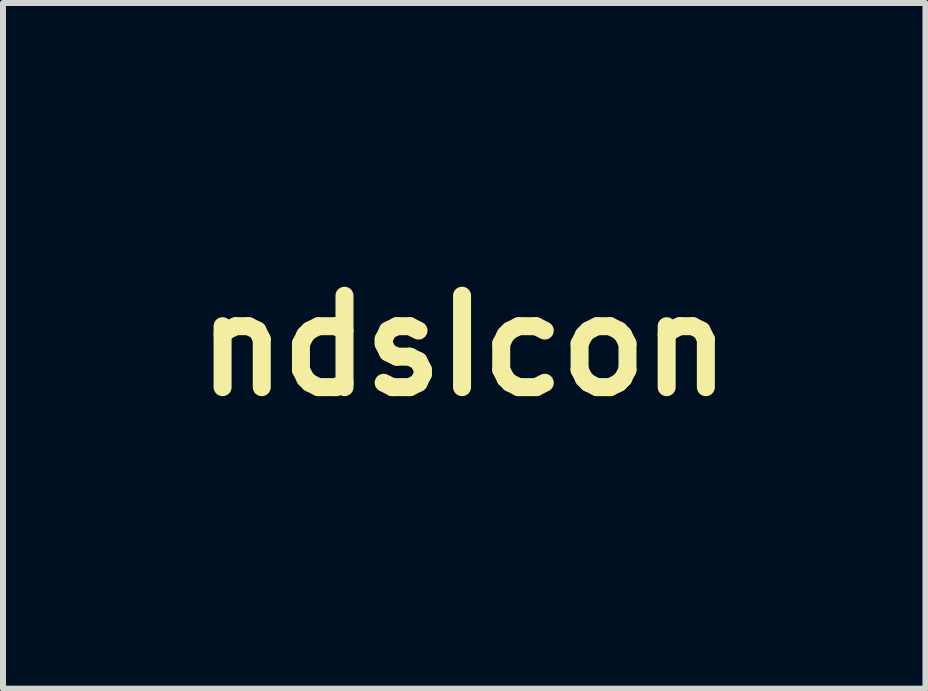
<source format=kicad_pcb>
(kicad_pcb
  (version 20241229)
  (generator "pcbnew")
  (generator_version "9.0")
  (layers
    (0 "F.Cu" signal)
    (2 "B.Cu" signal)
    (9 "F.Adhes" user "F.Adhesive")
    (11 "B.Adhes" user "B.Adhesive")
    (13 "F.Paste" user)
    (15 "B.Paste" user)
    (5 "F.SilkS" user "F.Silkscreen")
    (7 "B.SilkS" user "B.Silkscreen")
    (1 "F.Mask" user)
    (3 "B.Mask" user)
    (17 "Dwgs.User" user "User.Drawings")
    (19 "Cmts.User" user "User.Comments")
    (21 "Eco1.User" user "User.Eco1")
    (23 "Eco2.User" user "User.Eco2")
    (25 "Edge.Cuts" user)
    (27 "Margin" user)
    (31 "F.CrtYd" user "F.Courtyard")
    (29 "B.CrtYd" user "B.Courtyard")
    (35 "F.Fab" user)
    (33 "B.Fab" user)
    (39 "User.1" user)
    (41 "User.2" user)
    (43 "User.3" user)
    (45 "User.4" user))
  (footprint "ndsIcon"
    (layer "F.Cu")
    (at 4.688 2.714)
    (property "Reference" "ndsIcon" (at 0 0 0) (layer "F.SilkS") (effects (font (size 1.524 1.524) (thickness 0.3))))
    (attr through_hole)
    (fp_poly (pts (xy 1.99 0.709) (xy 1.979 0.72) (xy 1.968 0.709) (xy 1.979 0.699) (xy 1.99 0.709)) (stroke (width 0.01) (type solid)) (fill no) (layer "Eco2.User"))
    (fp_poly (pts (xy 2.291 1.002) (xy 2.294 1.01) (xy 2.265 1.013) (xy 2.235 1.009) (xy 2.238 1.002) (xy 2.282 0.999) (xy 2.291 1.002)) (stroke (width 0.01) (type solid)) (fill no) (layer "Eco2.User"))
    (fp_poly (pts (xy -1.97 -1.223) (xy -1.973 -1.204) (xy -1.985 -1.188) (xy -1.998 -1.204) (xy -2.006 -1.235) (xy -2.002 -1.243) (xy -1.981 -1.247) (xy -1.97 -1.223)) (stroke (width 0.01) (type solid)) (fill no) (layer "Eco2.User"))
    (fp_poly (pts (xy 1.732 0.982) (xy 1.755 1.002) (xy 1.757 1.007) (xy 1.747 1.015) (xy 1.726 0.996) (xy 1.723 0.992) (xy 1.721 0.977) (xy 1.732 0.982)) (stroke (width 0.01) (type solid)) (fill no) (layer "Eco2.User"))
    (fp_poly (pts (xy 1.801 -1.234) (xy 1.812 -1.207) (xy 1.802 -1.198) (xy 1.774 -1.2) (xy 1.767 -1.208) (xy 1.762 -1.238) (xy 1.782 -1.246) (xy 1.801 -1.234)) (stroke (width 0.01) (type solid)) (fill no) (layer "Eco2.User"))
    (fp_poly (pts (xy 1.965 1.236) (xy 1.988 1.256) (xy 1.99 1.261) (xy 1.98 1.269) (xy 1.959 1.25) (xy 1.956 1.246) (xy 1.953 1.231) (xy 1.965 1.236)) (stroke (width 0.01) (type solid)) (fill no) (layer "Eco2.User"))
    (fp_poly (pts (xy -2.16 -1.423) (xy -2.159 -1.418) (xy -2.175 -1.398) (xy -2.18 -1.397) (xy -2.201 -1.413) (xy -2.201 -1.418) (xy -2.185 -1.439) (xy -2.18 -1.439) (xy -2.16 -1.423)) (stroke (width 0.01) (type solid)) (fill no) (layer "Eco2.User"))
    (fp_poly (pts (xy -2.16 -1.233) (xy -2.159 -1.228) (xy -2.176 -1.209) (xy -2.192 -1.206) (xy -2.214 -1.217) (xy -2.212 -1.228) (xy -2.185 -1.248) (xy -2.179 -1.249) (xy -2.16 -1.233)) (stroke (width 0.01) (type solid)) (fill no) (layer "Eco2.User"))
    (fp_poly (pts (xy -1.969 -1.423) (xy -1.968 -1.418) (xy -1.985 -1.398) (xy -1.99 -1.397) (xy -2.01 -1.413) (xy -2.011 -1.418) (xy -1.995 -1.439) (xy -1.99 -1.439) (xy -1.969 -1.423)) (stroke (width 0.01) (type solid)) (fill no) (layer "Eco2.User"))
    (fp_poly (pts (xy -1.772 -1.424) (xy -1.767 -1.418) (xy -1.772 -1.4) (xy -1.787 -1.397) (xy -1.816 -1.408) (xy -1.82 -1.418) (xy -1.805 -1.439) (xy -1.8 -1.439) (xy -1.772 -1.424)) (stroke (width 0.01) (type solid)) (fill no) (layer "Eco2.User"))
    (fp_poly (pts (xy -1.772 -1.233) (xy -1.767 -1.228) (xy -1.772 -1.21) (xy -1.787 -1.206) (xy -1.816 -1.218) (xy -1.82 -1.228) (xy -1.805 -1.248) (xy -1.8 -1.249) (xy -1.772 -1.233)) (stroke (width 0.01) (type solid)) (fill no) (layer "Eco2.User"))
    (fp_poly (pts (xy 1.799 -1.423) (xy 1.799 -1.418) (xy 1.783 -1.398) (xy 1.778 -1.397) (xy 1.757 -1.413) (xy 1.757 -1.418) (xy 1.773 -1.439) (xy 1.778 -1.439) (xy 1.799 -1.423)) (stroke (width 0.01) (type solid)) (fill no) (layer "Eco2.User"))
    (fp_poly (pts (xy 2.007 -1.429) (xy 2.011 -1.419) (xy 1.997 -1.392) (xy 1.97 -1.385) (xy 1.961 -1.391) (xy 1.948 -1.421) (xy 1.971 -1.439) (xy 1.979 -1.439) (xy 2.007 -1.429)) (stroke (width 0.01) (type solid)) (fill no) (layer "Eco2.User"))
    (fp_poly (pts (xy 2.007 -1.238) (xy 2.011 -1.229) (xy 1.997 -1.201) (xy 1.97 -1.195) (xy 1.961 -1.2) (xy 1.948 -1.231) (xy 1.971 -1.248) (xy 1.979 -1.249) (xy 2.007 -1.238)) (stroke (width 0.01) (type solid)) (fill no) (layer "Eco2.User"))
    (fp_poly (pts (xy 2.198 -1.428) (xy 2.201 -1.418) (xy 2.184 -1.399) (xy 2.17 -1.397) (xy 2.141 -1.408) (xy 2.138 -1.418) (xy 2.155 -1.437) (xy 2.17 -1.439) (xy 2.198 -1.428)) (stroke (width 0.01) (type solid)) (fill no) (layer "Eco2.User"))
    (fp_poly (pts (xy 2.198 -1.238) (xy 2.201 -1.229) (xy 2.187 -1.201) (xy 2.16 -1.195) (xy 2.151 -1.2) (xy 2.138 -1.231) (xy 2.161 -1.248) (xy 2.17 -1.249) (xy 2.198 -1.238)) (stroke (width 0.01) (type solid)) (fill no) (layer "Eco2.User"))
    (fp_poly (pts (xy 0.014 -0.066) (xy 0.021 -0.019) (xy 0.021 0) (xy 0.015 0.055) (xy 0.002 0.084) (xy -0.016 0.081) (xy -0.026 0.06) (xy -0.03 0.019) (xy -0.024 -0.03) (xy -0.011 -0.071) (xy 0.002 -0.085) (xy 0.014 -0.066)) (stroke (width 0.01) (type solid)) (fill no) (layer "Eco2.User"))
    (fp_poly (pts (xy 2.26 -0.079) (xy 2.262 -0.032) (xy 2.263 -0.016) (xy 2.264 0.047) (xy 2.266 0.09) (xy 2.266 0.1) (xy 2.252 0.12) (xy 2.245 0.123) (xy 2.23 0.11) (xy 2.225 0.065) (xy 2.225 0.06) (xy 2.231 -0.008) (xy 2.244 -0.064) (xy 2.254 -0.088) (xy 2.26 -0.079)) (stroke (width 0.01) (type solid)) (fill no) (layer "Eco2.User"))
    (fp_poly (pts (xy 1.634 1.869) (xy 1.662 1.884) (xy 1.69 1.929) (xy 1.685 1.979) (xy 1.655 2.018) (xy 1.609 2.032) (xy 1.564 2.018) (xy 1.549 2.007) (xy 1.529 1.966) (xy 1.528 1.963) (xy 1.57 1.963) (xy 1.59 1.999) (xy 1.624 2.007) (xy 1.655 1.982) (xy 1.662 1.947) (xy 1.648 1.906) (xy 1.619 1.886) (xy 1.588 1.894) (xy 1.575 1.914) (xy 1.57 1.963) (xy 1.528 1.963) (xy 1.524 1.933) (xy 1.542 1.892) (xy 1.584 1.869) (xy 1.634 1.869)) (stroke (width 0.01) (type solid)) (fill no) (layer "Eco2.User"))
    (fp_poly (pts (xy 1.66 2.174) (xy 1.683 2.195) (xy 1.69 2.221) (xy 1.681 2.27) (xy 1.648 2.312) (xy 1.609 2.328) (xy 1.583 2.317) (xy 1.558 2.301) (xy 1.529 2.256) (xy 1.528 2.238) (xy 1.57 2.238) (xy 1.573 2.274) (xy 1.602 2.285) (xy 1.619 2.286) (xy 1.66 2.279) (xy 1.67 2.253) (xy 1.668 2.238) (xy 1.647 2.199) (xy 1.619 2.191) (xy 1.581 2.208) (xy 1.57 2.238) (xy 1.528 2.238) (xy 1.527 2.221) (xy 1.539 2.186) (xy 1.57 2.172) (xy 1.609 2.17) (xy 1.66 2.174)) (stroke (width 0.01) (type solid)) (fill no) (layer "Eco2.User"))
    (fp_poly (pts (xy 2.058 0.588) (xy 2.116 0.632) (xy 2.151 0.693) (xy 2.16 0.762) (xy 2.138 0.828) (xy 2.103 0.866) (xy 2.026 0.904) (xy 1.948 0.901) (xy 1.876 0.858) (xy 1.833 0.794) (xy 1.823 0.723) (xy 1.827 0.709) (xy 1.849 0.709) (xy 1.859 0.768) (xy 1.895 0.815) (xy 1.947 0.842) (xy 2.007 0.843) (xy 2.068 0.811) (xy 2.074 0.804) (xy 2.112 0.746) (xy 2.108 0.683) (xy 2.084 0.64) (xy 2.034 0.601) (xy 1.97 0.591) (xy 1.908 0.61) (xy 1.873 0.643) (xy 1.849 0.709) (xy 1.827 0.709) (xy 1.842 0.656) (xy 1.887 0.602) (xy 1.954 0.574) (xy 1.982 0.572) (xy 2.058 0.588)) (stroke (width 0.01) (type solid)) (fill no) (layer "Eco2.User"))
    (fp_poly (pts (xy 2.057 1.138) (xy 2.114 1.181) (xy 2.151 1.244) (xy 2.159 1.297) (xy 2.141 1.373) (xy 2.095 1.427) (xy 2.031 1.456) (xy 1.959 1.457) (xy 1.889 1.424) (xy 1.872 1.409) (xy 1.829 1.339) (xy 1.825 1.27) (xy 1.863 1.27) (xy 1.872 1.339) (xy 1.9 1.374) (xy 1.97 1.395) (xy 2.041 1.385) (xy 2.078 1.362) (xy 2.111 1.308) (xy 2.113 1.246) (xy 2.087 1.19) (xy 2.039 1.152) (xy 1.996 1.143) (xy 1.921 1.155) (xy 1.878 1.194) (xy 1.863 1.263) (xy 1.863 1.27) (xy 1.825 1.27) (xy 1.825 1.261) (xy 1.86 1.183) (xy 1.864 1.178) (xy 1.922 1.133) (xy 1.99 1.121) (xy 2.057 1.138)) (stroke (width 0.01) (type solid)) (fill no) (layer "Eco2.User"))
    (fp_poly (pts (xy 1.776 0.857) (xy 1.798 0.867) (xy 1.846 0.915) (xy 1.872 0.984) (xy 1.869 1.06) (xy 1.862 1.08) (xy 1.815 1.147) (xy 1.747 1.182) (xy 1.669 1.183) (xy 1.59 1.149) (xy 1.58 1.141) (xy 1.533 1.084) (xy 1.521 1.02) (xy 1.526 1) (xy 1.566 1) (xy 1.585 1.057) (xy 1.632 1.098) (xy 1.695 1.117) (xy 1.762 1.108) (xy 1.777 1.101) (xy 1.817 1.058) (xy 1.832 0.996) (xy 1.818 0.932) (xy 1.81 0.919) (xy 1.762 0.877) (xy 1.702 0.866) (xy 1.641 0.883) (xy 1.593 0.923) (xy 1.568 0.982) (xy 1.566 1) (xy 1.526 1) (xy 1.537 0.957) (xy 1.577 0.902) (xy 1.633 0.863) (xy 1.702 0.845) (xy 1.776 0.857)) (stroke (width 0.01) (type solid)) (fill no) (layer "Eco2.User"))
    (fp_poly (pts (xy 2.365 0.878) (xy 2.401 0.912) (xy 2.436 0.963) (xy 2.455 1.008) (xy 2.455 1.016) (xy 2.442 1.057) (xy 2.41 1.108) (xy 2.401 1.12) (xy 2.336 1.172) (xy 2.265 1.187) (xy 2.197 1.164) (xy 2.166 1.138) (xy 2.119 1.072) (xy 2.107 1.01) (xy 2.119 0.957) (xy 2.142 0.957) (xy 2.146 1.023) (xy 2.18 1.079) (xy 2.239 1.117) (xy 2.301 1.113) (xy 2.345 1.089) (xy 2.379 1.043) (xy 2.393 0.981) (xy 2.384 0.92) (xy 2.366 0.893) (xy 2.321 0.873) (xy 2.258 0.87) (xy 2.198 0.884) (xy 2.171 0.901) (xy 2.142 0.957) (xy 2.119 0.957) (xy 2.12 0.953) (xy 2.162 0.886) (xy 2.223 0.85) (xy 2.295 0.847) (xy 2.365 0.878)) (stroke (width 0.01) (type solid)) (fill no) (layer "Eco2.User"))
    (fp_poly (pts (xy -1.841 0.995) (xy -1.628 0.995) (xy -1.634 1.117) (xy -1.64 1.238) (xy -1.741 1.245) (xy -1.841 1.251) (xy -1.841 1.482) (xy -1.974 1.48) (xy -2.048 1.477) (xy -2.106 1.473) (xy -2.133 1.468) (xy -2.15 1.44) (xy -2.158 1.379) (xy -2.159 1.353) (xy -2.159 1.249) (xy -2.392 1.249) (xy -2.392 1.016) (xy -2.371 1.016) (xy -2.371 1.228) (xy -2.138 1.228) (xy -2.138 1.439) (xy -1.884 1.439) (xy -1.884 1.228) (xy -1.651 1.228) (xy -1.651 1.016) (xy -1.884 1.016) (xy -1.884 0.783) (xy -2.138 0.783) (xy -2.138 1.016) (xy -2.371 1.016) (xy -2.392 1.016) (xy -2.392 0.995) (xy -2.161 0.995) (xy -2.155 0.884) (xy -2.148 0.773) (xy -1.995 0.766) (xy -1.841 0.76) (xy -1.841 0.995)) (stroke (width 0.01) (type solid)) (fill no) (layer "Eco2.User"))
    (fp_poly (pts (xy 0.273 -2.413) (xy 0.504 -2.413) (xy 0.699 -2.412) (xy 0.861 -2.412) (xy 0.993 -2.411) (xy 1.098 -2.409) (xy 1.18 -2.407) (xy 1.241 -2.404) (xy 1.286 -2.4) (xy 1.316 -2.395) (xy 1.335 -2.39) (xy 1.346 -2.383) (xy 1.352 -2.375) (xy 1.354 -2.372) (xy 1.359 -2.341) (xy 1.364 -2.273) (xy 1.368 -2.174) (xy 1.371 -2.048) (xy 1.373 -1.9) (xy 1.375 -1.737) (xy 1.376 -1.563) (xy 1.376 -1.383) (xy 1.376 -1.203) (xy 1.375 -1.028) (xy 1.373 -0.864) (xy 1.371 -0.715) (xy 1.368 -0.587) (xy 1.364 -0.485) (xy 1.36 -0.414) (xy 1.354 -0.381) (xy 1.354 -0.38) (xy 1.348 -0.371) (xy 1.339 -0.364) (xy 1.334 -0.362) (xy 1.328 -1.371) (xy 1.323 -2.381) (xy -1.344 -2.381) (xy -1.35 -1.371) (xy -1.355 -0.36) (xy 1.327 -0.36) (xy 1.323 -0.358) (xy 1.297 -0.353) (xy 1.258 -0.349) (xy 1.203 -0.346) (xy 1.129 -0.344) (xy 1.032 -0.342) (xy 0.91 -0.34) (xy 0.759 -0.339) (xy 0.577 -0.339) (xy 0.359 -0.339) (xy 0.104 -0.339) (xy -0.008 -0.339) (xy -0.242 -0.339) (xy -0.464 -0.34) (xy -0.669 -0.341) (xy -0.855 -0.342) (xy -1.017 -0.343) (xy -1.153 -0.345) (xy -1.257 -0.347) (xy -1.328 -0.35) (xy -1.36 -0.352) (xy -1.362 -0.353) (xy -1.365 -0.376) (xy -1.367 -0.438) (xy -1.37 -0.533) (xy -1.372 -0.658) (xy -1.373 -0.809) (xy -1.375 -0.981) (xy -1.376 -1.17) (xy -1.376 -1.365) (xy -1.376 -1.613) (xy -1.375 -1.821) (xy -1.373 -1.992) (xy -1.371 -2.129) (xy -1.368 -2.234) (xy -1.364 -2.31) (xy -1.359 -2.359) (xy -1.353 -2.384) (xy -1.35 -2.388) (xy -1.334 -2.393) (xy -1.297 -2.398) (xy -1.235 -2.402) (xy -1.146 -2.405) (xy -1.029 -2.408) (xy -0.881 -2.41) (xy -0.699 -2.411) (xy -0.481 -2.412) (xy -0.225 -2.413) (xy 0.003 -2.413) (xy 0.273 -2.413)) (stroke (width 0.01) (type solid)) (fill no) (layer "Eco2.User"))
    (fp_poly (pts (xy 0.722 -2.284) (xy 0.882 -2.282) (xy 1.014 -2.279) (xy 1.113 -2.275) (xy 1.175 -2.269) (xy 1.195 -2.265) (xy 1.249 -2.245) (xy 1.249 -1.381) (xy 1.248 -1.15) (xy 1.247 -0.959) (xy 1.246 -0.805) (xy 1.243 -0.685) (xy 1.239 -0.596) (xy 1.234 -0.536) (xy 1.228 -0.501) (xy 1.223 -0.491) (xy 1.207 -0.485) (xy 1.168 -0.48) (xy 1.105 -0.476) (xy 1.015 -0.473) (xy 0.895 -0.47) (xy 0.744 -0.468) (xy 0.558 -0.467) (xy 0.335 -0.466) (xy 0.073 -0.466) (xy -0.011 -0.466) (xy -0.234 -0.466) (xy -0.443 -0.467) (xy -0.636 -0.468) (xy -0.809 -0.469) (xy -0.958 -0.471) (xy -1.078 -0.473) (xy -1.167 -0.475) (xy -1.22 -0.478) (xy -1.235 -0.48) (xy -1.236 -0.487) (xy -1.228 -0.487) (xy -0.289 -0.487) (xy -0.091 -0.487) (xy 0.096 -0.488) (xy 0.267 -0.489) (xy 0.417 -0.491) (xy 0.542 -0.493) (xy 0.637 -0.496) (xy 0.698 -0.498) (xy 0.717 -0.5) (xy 0.784 -0.513) (xy 0.653 -0.643) (xy 0.594 -0.701) (xy 0.547 -0.744) (xy 0.52 -0.767) (xy 0.516 -0.768) (xy 0.5 -0.78) (xy 0.461 -0.816) (xy 0.409 -0.867) (xy 0.398 -0.879) (xy 0.341 -0.935) (xy 0.292 -0.976) (xy 0.262 -0.994) (xy 0.259 -0.995) (xy 0.238 -1.006) (xy 0.238 -1.014) (xy 0.226 -1.034) (xy 0.187 -1.079) (xy 0.128 -1.141) (xy 0.054 -1.217) (xy 0 -1.27) (xy -0.09 -1.358) (xy -0.201 -1.467) (xy -0.325 -1.589) (xy -0.453 -1.714) (xy -0.576 -1.835) (xy -0.606 -1.865) (xy -0.969 -2.222) (xy -1.093 -2.227) (xy -1.217 -2.233) (xy -1.223 -1.36) (xy -1.228 -0.487) (xy -1.236 -0.487) (xy -1.238 -0.503) (xy -1.241 -0.565) (xy -1.243 -0.659) (xy -1.245 -0.783) (xy -1.247 -0.931) (xy -1.248 -1.099) (xy -1.249 -1.282) (xy -1.249 -1.376) (xy -1.249 -2.258) (xy -0.63 -2.272) (xy -0.377 -2.277) (xy -0.13 -2.281) (xy 0.107 -2.284) (xy 0.331 -2.285) (xy 0.537 -2.285) (xy 0.722 -2.284)) (stroke (width 0.01) (type solid)) (fill no) (layer "Eco2.User"))
    (fp_poly (pts (xy -0.676 0.426) (xy -0.505 0.426) (xy -0.321 0.427) (xy -0.129 0.429) (xy 0.067 0.431) (xy 0.262 0.433) (xy 0.452 0.436) (xy 0.631 0.438) (xy 0.796 0.441) (xy 0.94 0.444) (xy 1.061 0.447) (xy 1.152 0.45) (xy 1.21 0.454) (xy 1.23 0.456) (xy 1.235 0.48) (xy 1.24 0.541) (xy 1.243 0.633) (xy 1.246 0.752) (xy 1.248 0.89) (xy 1.25 1.044) (xy 1.25 1.208) (xy 1.25 1.376) (xy 1.248 1.542) (xy 1.247 1.702) (xy 1.244 1.85) (xy 1.24 1.98) (xy 1.236 2.087) (xy 1.232 2.166) (xy 1.226 2.21) (xy 1.223 2.218) (xy 1.207 2.224) (xy 1.169 2.229) (xy 1.105 2.233) (xy 1.015 2.236) (xy 0.896 2.239) (xy 0.745 2.241) (xy 0.559 2.242) (xy 0.337 2.243) (xy 0.076 2.244) (xy -0.025 2.244) (xy -1.249 2.244) (xy -1.249 2.195) (xy -0.764 2.195) (xy -0.751 2.204) (xy -0.737 2.207) (xy -0.706 2.209) (xy -0.638 2.211) (xy -0.536 2.212) (xy -0.405 2.214) (xy -0.25 2.214) (xy -0.075 2.215) (xy 0.115 2.215) (xy 0.265 2.214) (xy 1.217 2.212) (xy 1.224 2.106) (xy 1.226 2.061) (xy 1.226 1.978) (xy 1.225 1.865) (xy 1.224 1.726) (xy 1.222 1.567) (xy 1.219 1.394) (xy 1.217 1.231) (xy 1.201 0.461) (xy 1.083 0.476) (xy 1.04 0.482) (xy 1.005 0.491) (xy 0.971 0.506) (xy 0.932 0.533) (xy 0.883 0.575) (xy 0.819 0.637) (xy 0.732 0.723) (xy 0.686 0.769) (xy 0.579 0.876) (xy 0.464 0.988) (xy 0.352 1.097) (xy 0.253 1.192) (xy 0.204 1.238) (xy 0.128 1.31) (xy 0.065 1.374) (xy 0.02 1.424) (xy 0.001 1.452) (xy 0 1.454) (xy -0.011 1.476) (xy -0.018 1.476) (xy -0.042 1.488) (xy -0.083 1.521) (xy -0.133 1.568) (xy -0.182 1.619) (xy -0.22 1.663) (xy -0.238 1.693) (xy -0.238 1.696) (xy -0.249 1.713) (xy -0.259 1.714) (xy -0.286 1.729) (xy -0.332 1.767) (xy -0.389 1.821) (xy -0.404 1.836) (xy -0.461 1.894) (xy -0.507 1.938) (xy -0.534 1.961) (xy -0.537 1.963) (xy -0.558 1.979) (xy -0.601 2.017) (xy -0.656 2.07) (xy -0.669 2.083) (xy -0.727 2.14) (xy -0.757 2.176) (xy -0.764 2.195) (xy -1.249 2.195) (xy -1.249 0.446) (xy -1.169 0.432) (xy -1.134 0.429) (xy -1.063 0.427) (xy -0.96 0.426) (xy -0.829 0.426) (xy -0.676 0.426)) (stroke (width 0.01) (type solid)) (fill no) (layer "Eco2.User"))
    (fp_poly (pts (xy 0.252 0.296) (xy 0.486 0.297) (xy 0.683 0.297) (xy 0.848 0.298) (xy 0.982 0.3) (xy 1.089 0.302) (xy 1.173 0.304) (xy 1.236 0.308) (xy 1.281 0.312) (xy 1.312 0.317) (xy 1.331 0.322) (xy 1.342 0.329) (xy 1.343 0.33) (xy 1.35 0.341) (xy 1.357 0.362) (xy 1.362 0.395) (xy 1.366 0.444) (xy 1.37 0.513) (xy 1.372 0.604) (xy 1.374 0.723) (xy 1.375 0.872) (xy 1.376 1.055) (xy 1.376 1.276) (xy 1.376 1.356) (xy 1.376 1.595) (xy 1.377 1.794) (xy 1.378 1.958) (xy 1.38 2.088) (xy 1.383 2.187) (xy 1.386 2.259) (xy 1.39 2.306) (xy 1.396 2.332) (xy 1.402 2.339) (xy 1.402 2.338) (xy 1.442 2.34) (xy 1.459 2.348) (xy 1.478 2.369) (xy 1.464 2.398) (xy 1.462 2.401) (xy 1.424 2.429) (xy 1.388 2.43) (xy 1.372 2.412) (xy 1.35 2.407) (xy 1.288 2.403) (xy 1.184 2.399) (xy 1.04 2.396) (xy 0.854 2.394) (xy 0.627 2.393) (xy 0.358 2.392) (xy 0.047 2.392) (xy 0.023 2.392) (xy -0.273 2.391) (xy -0.53 2.391) (xy -0.747 2.39) (xy -0.928 2.388) (xy -1.074 2.386) (xy -1.187 2.383) (xy -1.268 2.379) (xy -1.321 2.375) (xy -1.345 2.369) (xy -1.347 2.368) (xy -1.354 2.356) (xy -1.36 2.33) (xy -1.364 2.286) (xy -1.368 2.221) (xy -1.371 2.132) (xy -1.373 2.015) (xy -1.375 1.868) (xy -1.375 1.701) (xy -1.351 1.701) (xy -1.351 1.872) (xy -1.35 2.022) (xy -1.35 2.147) (xy -1.348 2.241) (xy -1.347 2.302) (xy -1.345 2.323) (xy -1.335 2.329) (xy -1.307 2.334) (xy -1.259 2.337) (xy -1.189 2.341) (xy -1.093 2.343) (xy -0.969 2.345) (xy -0.815 2.345) (xy -0.627 2.346) (xy -0.404 2.346) (xy -0.142 2.345) (xy -0.006 2.344) (xy 1.323 2.339) (xy 1.323 0.328) (xy -1.344 0.328) (xy -1.35 1.312) (xy -1.351 1.513) (xy -1.351 1.701) (xy -1.375 1.701) (xy -1.375 1.686) (xy -1.376 1.467) (xy -1.376 1.354) (xy -1.376 1.152) (xy -1.375 0.963) (xy -1.374 0.79) (xy -1.372 0.639) (xy -1.37 0.513) (xy -1.368 0.416) (xy -1.365 0.354) (xy -1.363 0.33) (xy -1.357 0.323) (xy -1.343 0.317) (xy -1.318 0.312) (xy -1.279 0.308) (xy -1.222 0.305) (xy -1.145 0.302) (xy -1.045 0.3) (xy -0.918 0.299) (xy -0.762 0.297) (xy -0.573 0.297) (xy -0.349 0.296) (xy -0.086 0.296) (xy -0.02 0.296) (xy 0.252 0.296)) (stroke (width 0.01) (type solid)) (fill no) (layer "Eco2.User"))
    (fp_poly (pts (xy 2.709 2.709) (xy -2.709 2.709) (xy -2.709 0.105) (xy -2.582 0.105) (xy -2.582 1.322) (xy -2.582 1.58) (xy -2.582 1.799) (xy -2.582 1.982) (xy -2.581 2.132) (xy -2.58 2.254) (xy -2.578 2.35) (xy -2.575 2.424) (xy -2.572 2.478) (xy -2.567 2.517) (xy -2.562 2.544) (xy -2.555 2.562) (xy -2.547 2.574) (xy -2.54 2.582) (xy -2.533 2.589) (xy -2.524 2.594) (xy -2.51 2.6) (xy -2.49 2.604) (xy -2.461 2.608) (xy -2.421 2.611) (xy -2.367 2.614) (xy -2.298 2.617) (xy -2.21 2.619) (xy -2.102 2.62) (xy -1.971 2.622) (xy -1.815 2.623) (xy -1.632 2.623) (xy -1.419 2.624) (xy -1.174 2.624) (xy -0.895 2.625) (xy -0.58 2.625) (xy -0.226 2.625) (xy -0.011 2.625) (xy 0.366 2.625) (xy 0.703 2.625) (xy 1.002 2.624) (xy 1.265 2.624) (xy 1.495 2.624) (xy 1.695 2.623) (xy 1.866 2.622) (xy 2.01 2.621) (xy 2.131 2.62) (xy 2.23 2.618) (xy 2.309 2.616) (xy 2.372 2.613) (xy 2.419 2.61) (xy 2.454 2.606) (xy 2.479 2.602) (xy 2.496 2.597) (xy 2.507 2.592) (xy 2.515 2.586) (xy 2.519 2.582) (xy 2.528 2.572) (xy 2.535 2.559) (xy 2.542 2.54) (xy 2.547 2.511) (xy 2.551 2.469) (xy 2.554 2.411) (xy 2.557 2.334) (xy 2.559 2.233) (xy 2.56 2.106) (xy 2.561 1.949) (xy 2.561 1.759) (xy 2.561 1.532) (xy 2.561 1.333) (xy 2.561 1.112) (xy 2.56 0.903) (xy 2.559 0.712) (xy 2.557 0.541) (xy 2.555 0.395) (xy 2.552 0.276) (xy 2.55 0.19) (xy 2.547 0.139) (xy 2.544 0.127) (xy 2.516 0.14) (xy 2.501 0.153) (xy 2.488 0.158) (xy 2.458 0.162) (xy 2.409 0.165) (xy 2.339 0.168) (xy 2.245 0.171) (xy 2.127 0.173) (xy 1.981 0.176) (xy 1.807 0.178) (xy 1.602 0.18) (xy 1.365 0.181) (xy 1.093 0.183) (xy 0.784 0.184) (xy 0.437 0.185) (xy 0.05 0.187) (xy 0.006 0.187) (xy -2.462 0.193) (xy -2.582 0.105) (xy -2.709 0.105) (xy -2.709 0.033) (xy -2.574 0.033) (xy -2.547 0.079) (xy -2.532 0.095) (xy -2.506 0.119) (xy -2.479 0.134) (xy -2.442 0.143) (xy -2.386 0.146) (xy -2.302 0.145) (xy -2.249 0.144) (xy -2.021 0.138) (xy -2.009 -0.148) (xy -2.24 -0.148) (xy -2.362 -0.146) (xy -2.449 -0.136) (xy -2.508 -0.117) (xy -2.545 -0.086) (xy -2.567 -0.039) (xy -2.573 -0.017) (xy -2.574 0.033) (xy -2.709 0.033) (xy -2.709 -1.631) (xy -2.605 -1.631) (xy -2.605 -1.437) (xy -2.604 -1.243) (xy -2.603 -1.053) (xy -2.601 -0.872) (xy -2.599 -0.704) (xy -2.596 -0.556) (xy -2.592 -0.43) (xy -2.588 -0.332) (xy -2.584 -0.266) (xy -2.578 -0.238) (xy -2.578 -0.237) (xy -2.546 -0.225) (xy -2.476 -0.217) (xy -2.366 -0.213) (xy -2.261 -0.212) (xy -1.968 -0.212) (xy -1.968 -0.079) (xy -1.966 -0.001) (xy -1.961 0.067) (xy -1.955 0.101) (xy -1.942 0.148) (xy 1.947 0.148) (xy 1.951 0.058) (xy 1.954 -0.024) (xy 1.955 -0.061) (xy 1.989 -0.061) (xy 1.997 0.009) (xy 2.003 0.051) (xy 2.017 0.15) (xy 2.157 0.144) (xy 2.297 0.138) (xy 2.307 0.021) (xy 2.316 -0.042) (xy 2.329 -0.082) (xy 2.339 -0.091) (xy 2.354 -0.07) (xy 2.369 -0.018) (xy 2.379 0.031) (xy 2.394 0.101) (xy 2.411 0.137) (xy 2.434 0.148) (xy 2.438 0.148) (xy 2.491 0.129) (xy 2.535 0.082) (xy 2.56 0.02) (xy 2.561 0) (xy 2.547 -0.062) (xy 2.519 -0.106) (xy 2.496 -0.124) (xy 2.465 -0.137) (xy 2.419 -0.144) (xy 2.347 -0.147) (xy 2.243 -0.148) (xy 2.233 -0.148) (xy 2.125 -0.148) (xy 2.052 -0.145) (xy 2.01 -0.133) (xy 1.991 -0.107) (xy 1.989 -0.061) (xy 1.955 -0.061) (xy 1.956 -0.107) (xy 1.957 -0.116) (xy 1.957 -0.159) (xy 2.479 -0.159) (xy 2.503 -0.142) (xy 2.54 -0.146) (xy 2.573 -0.169) (xy 2.582 -0.19) (xy 2.565 -0.198) (xy 2.529 -0.196) (xy 2.487 -0.18) (xy 2.479 -0.159) (xy 1.957 -0.159) (xy 1.958 -0.201) (xy 2.26 -0.212) (xy 2.386 -0.217) (xy 2.476 -0.223) (xy 2.535 -0.231) (xy 2.569 -0.242) (xy 2.583 -0.254) (xy 2.587 -0.281) (xy 2.59 -0.345) (xy 2.593 -0.442) (xy 2.596 -0.567) (xy 2.598 -0.715) (xy 2.6 -0.882) (xy 2.601 -1.063) (xy 2.602 -1.252) (xy 2.602 -1.446) (xy 2.602 -1.492) (xy 2.634 -1.492) (xy 2.634 -1.324) (xy 2.635 -1.185) (xy 2.635 -1.078) (xy 2.636 -1.004) (xy 2.637 -0.966) (xy 2.638 -0.964) (xy 2.639 -1.002) (xy 2.641 -1.065) (xy 2.642 -1.237) (xy 2.643 -1.432) (xy 2.643 -1.632) (xy 2.642 -1.819) (xy 2.641 -1.933) (xy 2.639 -2.002) (xy 2.638 -2.031) (xy 2.637 -2.021) (xy 2.636 -1.975) (xy 2.635 -1.894) (xy 2.635 -1.78) (xy 2.634 -1.635) (xy 2.634 -1.492) (xy 2.602 -1.492) (xy 2.602 -1.64) (xy 2.601 -1.828) (xy 2.6 -2.006) (xy 2.599 -2.17) (xy 2.597 -2.314) (xy 2.594 -2.434) (xy 2.591 -2.524) (xy 2.588 -2.581) (xy 2.585 -2.599) (xy 2.572 -2.603) (xy 2.536 -2.607) (xy 2.476 -2.61) (xy 2.39 -2.613) (xy 2.276 -2.615) (xy 2.134 -2.617) (xy 1.961 -2.619) (xy 1.756 -2.621) (xy 1.518 -2.622) (xy 1.244 -2.623) (xy 0.933 -2.624) (xy 0.584 -2.625) (xy 0.195 -2.625) (xy 0.004 -2.625) (xy -0.323 -2.625) (xy -0.637 -2.625) (xy -0.938 -2.625) (xy -1.221 -2.624) (xy -1.485 -2.623) (xy -1.727 -2.623) (xy -1.944 -2.622) (xy -2.134 -2.62) (xy -2.294 -2.619) (xy -2.421 -2.618) (xy -2.514 -2.616) (xy -2.568 -2.615) (xy -2.583 -2.614) (xy -2.588 -2.59) (xy -2.592 -2.529) (xy -2.596 -2.434) (xy -2.599 -2.312) (xy -2.601 -2.165) (xy -2.603 -2) (xy -2.604 -1.821) (xy -2.605 -1.631) (xy -2.709 -1.631) (xy -2.709 -2.709) (xy 2.709 -2.709) (xy 2.709 2.709)) (stroke (width 0.01) (type solid)) (fill no) (layer "Eco2.User")))
  (gr_rect
    (start -3 -3)
    (end 12.376 8.429)
    (stroke (width 0.1) (type default))
    (fill no)
    (layer "Edge.Cuts")))
</source>
